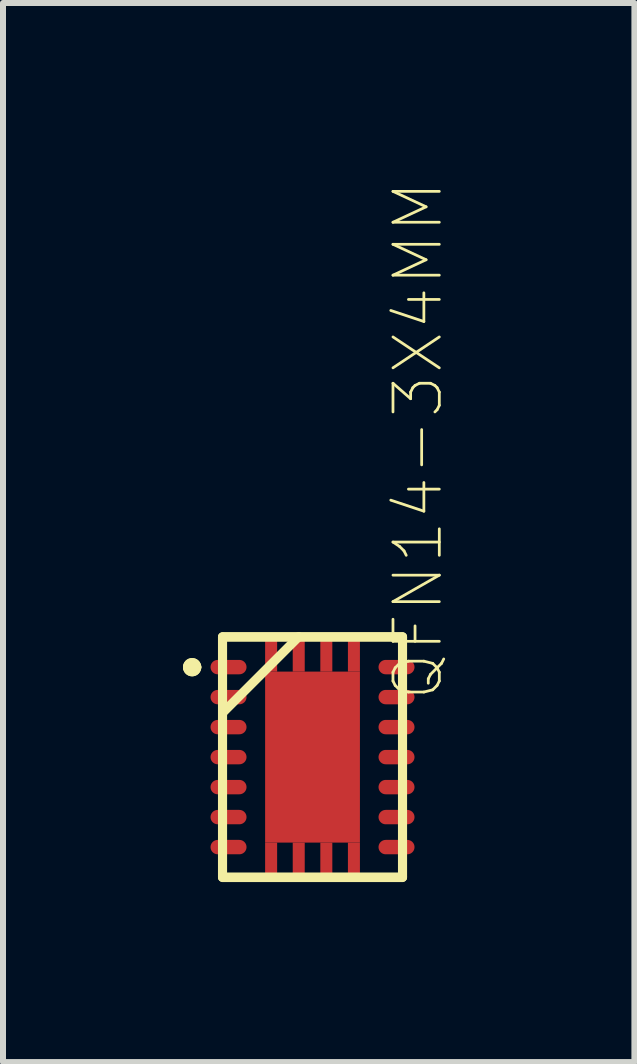
<source format=kicad_pcb>
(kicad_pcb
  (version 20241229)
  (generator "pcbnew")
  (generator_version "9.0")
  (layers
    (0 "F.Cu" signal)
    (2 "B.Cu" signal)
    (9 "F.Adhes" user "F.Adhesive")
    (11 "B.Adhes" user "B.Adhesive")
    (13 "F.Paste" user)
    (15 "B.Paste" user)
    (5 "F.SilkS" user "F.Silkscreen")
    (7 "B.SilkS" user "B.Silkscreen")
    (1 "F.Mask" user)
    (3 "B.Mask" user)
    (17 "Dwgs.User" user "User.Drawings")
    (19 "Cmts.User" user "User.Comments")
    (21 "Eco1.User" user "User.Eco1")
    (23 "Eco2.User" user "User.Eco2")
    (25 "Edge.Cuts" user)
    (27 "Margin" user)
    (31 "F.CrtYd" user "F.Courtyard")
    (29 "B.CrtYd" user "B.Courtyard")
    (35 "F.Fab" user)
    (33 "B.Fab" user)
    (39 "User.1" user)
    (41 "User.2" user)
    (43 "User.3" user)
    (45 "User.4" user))
  (footprint "QFN14-3X4MM"
    (layer "F.Cu")
    (at 2.159 9.569)
    (property "Reference" "QFN14-3X4MM" (at 2.21 -0.907 90) (layer "F.SilkS") (effects (font (size 0.772 0.772) (thickness 0.046)) (justify left bottom)))
    (attr through_hole)
    (fp_line (start -1.5 -2) (end -1.5 2) (stroke (width 0.152) (type solid)) (layer "F.SilkS"))
    (fp_line (start -1.5 2) (end 1.5 2) (stroke (width 0.152) (type solid)) (layer "F.SilkS"))
    (fp_line (start -1.499 -0.737) (end -0.229 -2.007) (stroke (width 0.152) (type solid)) (layer "F.SilkS"))
    (fp_line (start -1.499 2.007) (end 1.499 2.007) (stroke (width 0.152) (type solid)) (layer "F.SilkS"))
    (fp_line (start 1.499 -2.007) (end -1.499 -2.007) (stroke (width 0.152) (type solid)) (layer "F.SilkS"))
    (fp_line (start 1.5 -2) (end -1.5 -2) (stroke (width 0.152) (type solid)) (layer "F.SilkS"))
    (fp_line (start 1.5 2) (end 1.5 -2) (stroke (width 0.152) (type solid)) (layer "F.SilkS"))
    (fp_arc (start -2.0828 -1.4986) (mid -2.0066 -1.5748) (end -1.9304 -1.4986) (stroke (width 0.1524) (type solid)) (layer "F.SilkS"))
    (fp_arc (start -2.0828 -1.4986) (mid -2.0066 -1.5748) (end -1.9304 -1.4986) (stroke (width 0.1524) (type solid)) (layer "F.SilkS"))
    (fp_arc (start -1.9304 -1.4986) (mid -2.0066 -1.4224) (end -2.0828 -1.4986) (stroke (width 0.1524) (type solid)) (layer "F.SilkS"))
    (fp_arc (start -1.9304 -1.4986) (mid -2.0066 -1.4224) (end -2.0828 -1.4986) (stroke (width 0.1524) (type solid)) (layer "F.SilkS"))
    (fp_poly (pts (xy -0.78 -0.12) (xy -0.12 -0.12) (xy -0.12 -1.37) (xy -0.78 -1.37)) (stroke (width 0) (type solid)) (fill yes) (layer "F.Paste"))
    (fp_poly (pts (xy -0.78 1.37) (xy -0.12 1.37) (xy -0.12 0.12) (xy -0.78 0.12)) (stroke (width 0) (type solid)) (fill yes) (layer "F.Paste"))
    (fp_poly (pts (xy 0.12 -0.12) (xy 0.78 -0.12) (xy 0.78 -1.37) (xy 0.12 -1.37)) (stroke (width 0) (type solid)) (fill yes) (layer "F.Paste"))
    (fp_poly (pts (xy 0.12 1.37) (xy 0.78 1.37) (xy 0.78 0.12) (xy 0.12 0.12)) (stroke (width 0) (type solid)) (fill yes) (layer "F.Paste"))
    (pad "1" smd oval (at -1.4 -1.5) (size 0.6 0.24) (layers "F.Cu" "F.Mask" "F.Paste"))
    (pad "2" smd oval (at -1.4 -1) (size 0.6 0.24) (layers "F.Cu" "F.Mask" "F.Paste"))
    (pad "3" smd oval (at -1.4 -0.5) (size 0.6 0.24) (layers "F.Cu" "F.Mask" "F.Paste"))
    (pad "4" smd oval (at -1.4 0) (size 0.6 0.24) (layers "F.Cu" "F.Mask" "F.Paste"))
    (pad "5" smd oval (at -1.4 0.5) (size 0.6 0.24) (layers "F.Cu" "F.Mask" "F.Paste"))
    (pad "6" smd oval (at -1.4 1) (size 0.6 0.24) (layers "F.Cu" "F.Mask" "F.Paste"))
    (pad "7" smd oval (at -1.4 1.5) (size 0.6 0.24) (layers "F.Cu" "F.Mask" "F.Paste"))
    (pad "8" smd oval (at 1.4 1.5 180) (size 0.6 0.24) (layers "F.Cu" "F.Mask" "F.Paste"))
    (pad "9" smd oval (at 1.4 1 180) (size 0.6 0.24) (layers "F.Cu" "F.Mask" "F.Paste"))
    (pad "10" smd oval (at 1.4 0.5 180) (size 0.6 0.24) (layers "F.Cu" "F.Mask" "F.Paste"))
    (pad "11" smd oval (at 1.4 0 180) (size 0.6 0.24) (layers "F.Cu" "F.Mask" "F.Paste"))
    (pad "12" smd oval (at 1.4 -0.5 180) (size 0.6 0.24) (layers "F.Cu" "F.Mask" "F.Paste"))
    (pad "13" smd oval (at 1.4 -1 180) (size 0.6 0.24) (layers "F.Cu" "F.Mask" "F.Paste"))
    (pad "14" smd oval (at 1.4 -1.5 180) (size 0.6 0.24) (layers "F.Cu" "F.Mask" "F.Paste"))
    (pad "15" smd rect (at 0 0) (size 1.58 2.85) (layers "F.Cu" "F.Mask" "F.Paste"))
    (pad "16" smd rect (at -0.69 -1.712) (size 0.2 0.575) (layers "F.Cu" "F.Mask" "F.Paste"))
    (pad "17" smd rect (at -0.23 -1.712) (size 0.2 0.575) (layers "F.Cu" "F.Mask" "F.Paste"))
    (pad "18" smd rect (at 0.23 -1.712) (size 0.2 0.575) (layers "F.Cu" "F.Mask" "F.Paste"))
    (pad "19" smd rect (at 0.69 -1.712) (size 0.2 0.575) (layers "F.Cu" "F.Mask" "F.Paste"))
    (pad "20" smd rect (at 0.69 1.712) (size 0.2 0.575) (layers "F.Cu" "F.Mask" "F.Paste"))
    (pad "21" smd rect (at 0.23 1.712) (size 0.2 0.575) (layers "F.Cu" "F.Mask" "F.Paste"))
    (pad "22" smd rect (at -0.23 1.712) (size 0.2 0.575) (layers "F.Cu" "F.Mask" "F.Paste"))
    (pad "23" smd rect (at -0.69 1.712) (size 0.2 0.575) (layers "F.Cu" "F.Mask" "F.Paste")))
  (gr_rect
    (start -3 -3)
    (end 7.524 14.652)
    (stroke (width 0.1) (type default))
    (fill no)
    (layer "Edge.Cuts")))
</source>
